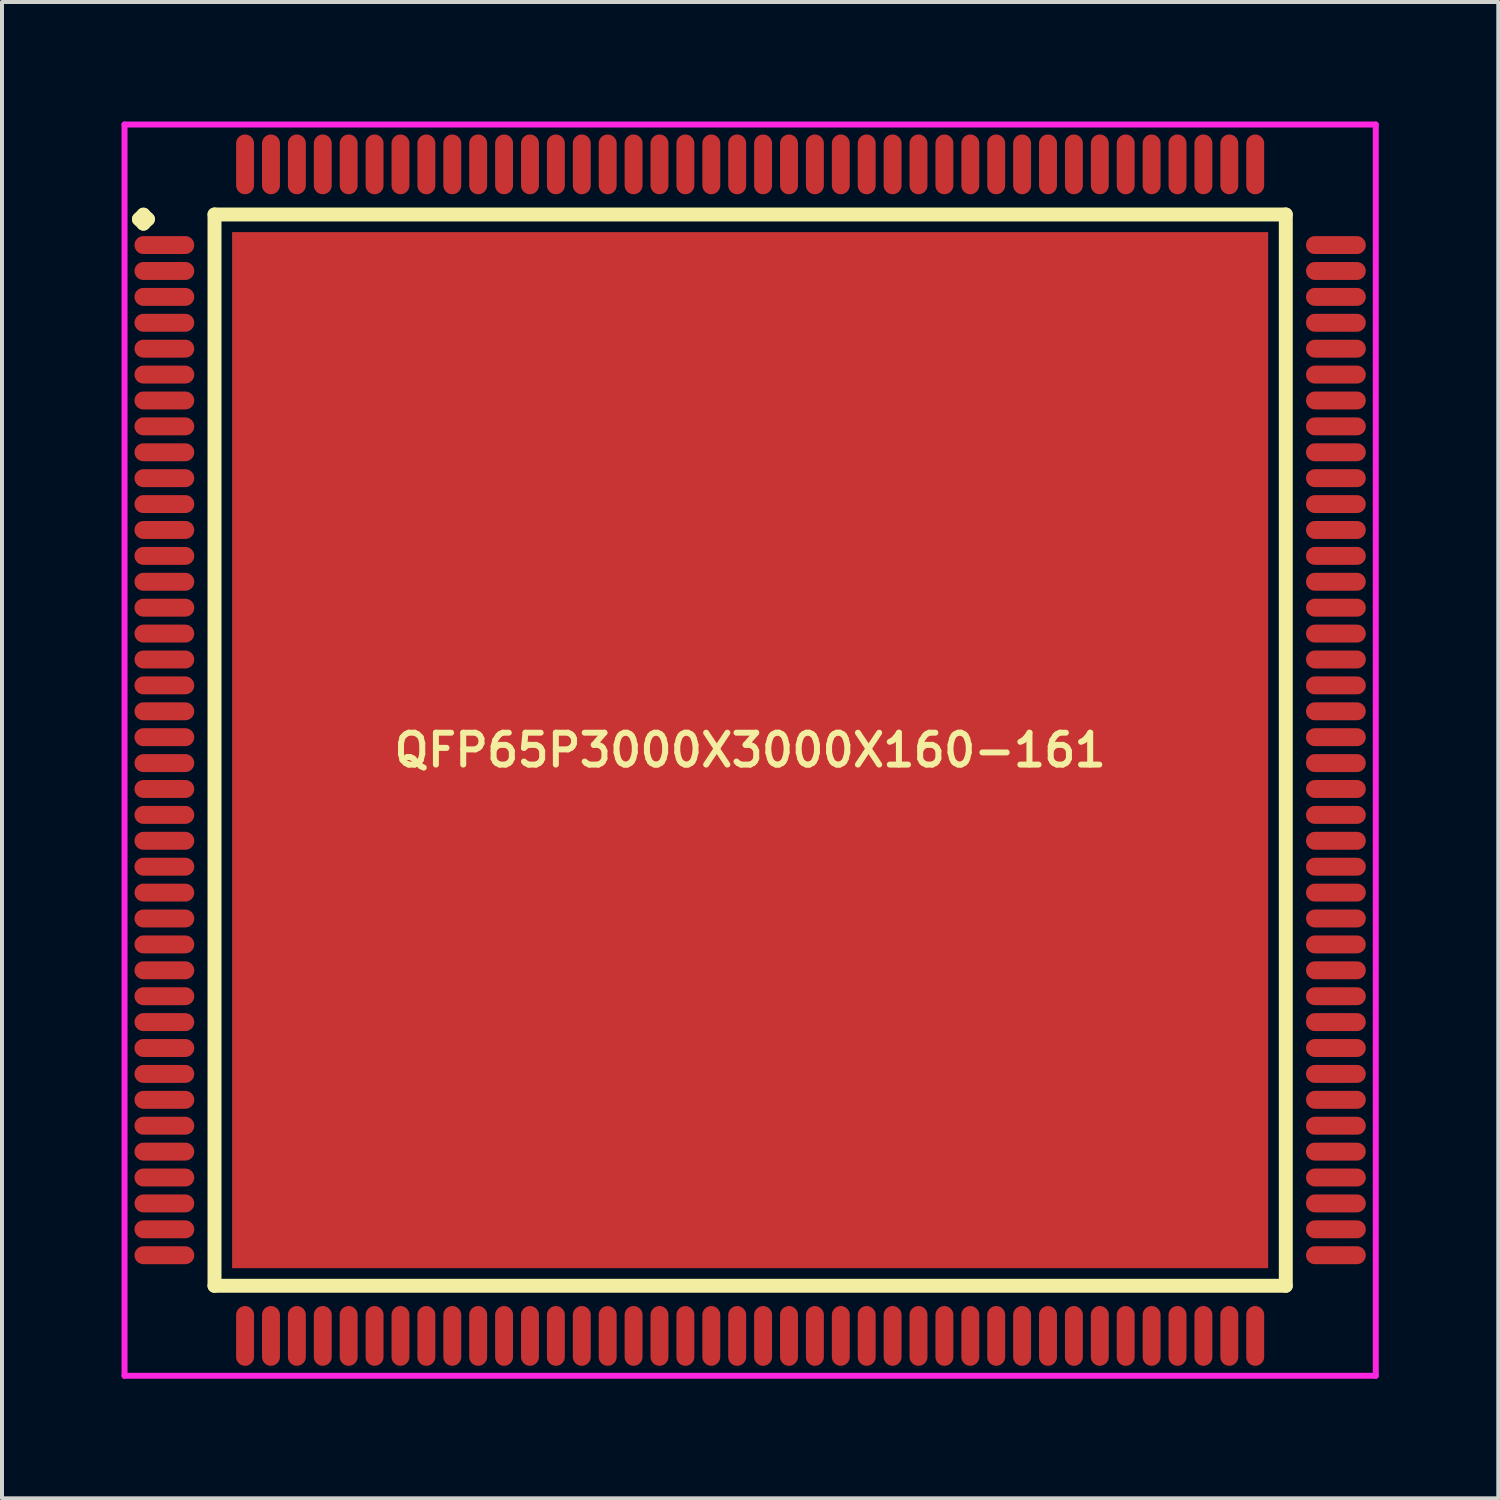
<source format=kicad_pcb>
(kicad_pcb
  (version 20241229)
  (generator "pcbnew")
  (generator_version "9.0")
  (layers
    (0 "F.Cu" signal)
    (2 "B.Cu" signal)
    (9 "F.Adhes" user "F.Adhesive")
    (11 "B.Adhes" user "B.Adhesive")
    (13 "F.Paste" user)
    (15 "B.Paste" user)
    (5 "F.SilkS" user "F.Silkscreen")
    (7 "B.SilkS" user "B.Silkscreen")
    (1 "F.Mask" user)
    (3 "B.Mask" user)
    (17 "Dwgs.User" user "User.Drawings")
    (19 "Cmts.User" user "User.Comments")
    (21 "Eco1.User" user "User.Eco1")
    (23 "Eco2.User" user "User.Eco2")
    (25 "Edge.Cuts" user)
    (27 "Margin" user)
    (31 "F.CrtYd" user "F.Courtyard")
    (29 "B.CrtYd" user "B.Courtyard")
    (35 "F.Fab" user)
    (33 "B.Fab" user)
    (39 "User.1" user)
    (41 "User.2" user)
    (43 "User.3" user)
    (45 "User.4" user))
  (footprint "QFP65P3000X3000X160-161"
    (layer "F.Cu")
    (at 15.775 15.775)
    (property "Reference" "QFP65P3000X3000X160-161" (at 0 0 0) (layer "F.SilkS") (effects (font (size 0.8 0.8) (thickness 0.15))))
    (attr smd)
    (fp_line (start -15.338 -13.325) (end -15.225 -13.438) (stroke (width 0.35) (type solid)) (layer "F.SilkS"))
    (fp_line (start -15.225 -13.438) (end -15.113 -13.325) (stroke (width 0.35) (type solid)) (layer "F.SilkS"))
    (fp_line (start -15.225 -13.213) (end -15.338 -13.325) (stroke (width 0.35) (type solid)) (layer "F.SilkS"))
    (fp_line (start -15.113 -13.325) (end -15.225 -13.213) (stroke (width 0.35) (type solid)) (layer "F.SilkS"))
    (fp_line (start -13.442 -13.442) (end -13.442 13.442) (stroke (width 0.35) (type solid)) (layer "F.SilkS"))
    (fp_line (start -13.442 13.442) (end 13.442 13.442) (stroke (width 0.35) (type solid)) (layer "F.SilkS"))
    (fp_line (start 13.442 -13.442) (end -13.442 -13.442) (stroke (width 0.35) (type solid)) (layer "F.SilkS"))
    (fp_line (start 13.442 13.442) (end 13.442 -13.442) (stroke (width 0.35) (type solid)) (layer "F.SilkS"))
    (fp_line (start -15.7 -15.7) (end 15.7 -15.7) (stroke (width 0.15) (type solid)) (layer "F.CrtYd"))
    (fp_line (start -15.7 15.7) (end -15.7 -15.7) (stroke (width 0.15) (type solid)) (layer "F.CrtYd"))
    (fp_line (start 15.7 -15.7) (end 15.7 15.7) (stroke (width 0.15) (type solid)) (layer "F.CrtYd"))
    (fp_line (start 15.7 15.7) (end -15.7 15.7) (stroke (width 0.15) (type solid)) (layer "F.CrtYd"))
    (pad "1" smd oval (at -14.7 -12.675) (size 1.5 0.45) (layers "F.Cu" "F.Mask" "F.Paste"))
    (pad "2" smd oval (at -14.7 -12.025) (size 1.5 0.45) (layers "F.Cu" "F.Mask" "F.Paste"))
    (pad "3" smd oval (at -14.7 -11.375) (size 1.5 0.45) (layers "F.Cu" "F.Mask" "F.Paste"))
    (pad "4" smd oval (at -14.7 -10.725) (size 1.5 0.45) (layers "F.Cu" "F.Mask" "F.Paste"))
    (pad "5" smd oval (at -14.7 -10.075) (size 1.5 0.45) (layers "F.Cu" "F.Mask" "F.Paste"))
    (pad "6" smd oval (at -14.7 -9.425) (size 1.5 0.45) (layers "F.Cu" "F.Mask" "F.Paste"))
    (pad "7" smd oval (at -14.7 -8.775) (size 1.5 0.45) (layers "F.Cu" "F.Mask" "F.Paste"))
    (pad "8" smd oval (at -14.7 -8.125) (size 1.5 0.45) (layers "F.Cu" "F.Mask" "F.Paste"))
    (pad "9" smd oval (at -14.7 -7.475) (size 1.5 0.45) (layers "F.Cu" "F.Mask" "F.Paste"))
    (pad "10" smd oval (at -14.7 -6.825) (size 1.5 0.45) (layers "F.Cu" "F.Mask" "F.Paste"))
    (pad "11" smd oval (at -14.7 -6.175) (size 1.5 0.45) (layers "F.Cu" "F.Mask" "F.Paste"))
    (pad "12" smd oval (at -14.7 -5.525) (size 1.5 0.45) (layers "F.Cu" "F.Mask" "F.Paste"))
    (pad "13" smd oval (at -14.7 -4.875) (size 1.5 0.45) (layers "F.Cu" "F.Mask" "F.Paste"))
    (pad "14" smd oval (at -14.7 -4.225) (size 1.5 0.45) (layers "F.Cu" "F.Mask" "F.Paste"))
    (pad "15" smd oval (at -14.7 -3.575) (size 1.5 0.45) (layers "F.Cu" "F.Mask" "F.Paste"))
    (pad "16" smd oval (at -14.7 -2.925) (size 1.5 0.45) (layers "F.Cu" "F.Mask" "F.Paste"))
    (pad "17" smd oval (at -14.7 -2.275) (size 1.5 0.45) (layers "F.Cu" "F.Mask" "F.Paste"))
    (pad "18" smd oval (at -14.7 -1.625) (size 1.5 0.45) (layers "F.Cu" "F.Mask" "F.Paste"))
    (pad "19" smd oval (at -14.7 -0.975) (size 1.5 0.45) (layers "F.Cu" "F.Mask" "F.Paste"))
    (pad "20" smd oval (at -14.7 -0.325) (size 1.5 0.45) (layers "F.Cu" "F.Mask" "F.Paste"))
    (pad "21" smd oval (at -14.7 0.325) (size 1.5 0.45) (layers "F.Cu" "F.Mask" "F.Paste"))
    (pad "22" smd oval (at -14.7 0.975) (size 1.5 0.45) (layers "F.Cu" "F.Mask" "F.Paste"))
    (pad "23" smd oval (at -14.7 1.625) (size 1.5 0.45) (layers "F.Cu" "F.Mask" "F.Paste"))
    (pad "24" smd oval (at -14.7 2.275) (size 1.5 0.45) (layers "F.Cu" "F.Mask" "F.Paste"))
    (pad "25" smd oval (at -14.7 2.925) (size 1.5 0.45) (layers "F.Cu" "F.Mask" "F.Paste"))
    (pad "26" smd oval (at -14.7 3.575) (size 1.5 0.45) (layers "F.Cu" "F.Mask" "F.Paste"))
    (pad "27" smd oval (at -14.7 4.225) (size 1.5 0.45) (layers "F.Cu" "F.Mask" "F.Paste"))
    (pad "28" smd oval (at -14.7 4.875) (size 1.5 0.45) (layers "F.Cu" "F.Mask" "F.Paste"))
    (pad "29" smd oval (at -14.7 5.525) (size 1.5 0.45) (layers "F.Cu" "F.Mask" "F.Paste"))
    (pad "30" smd oval (at -14.7 6.175) (size 1.5 0.45) (layers "F.Cu" "F.Mask" "F.Paste"))
    (pad "31" smd oval (at -14.7 6.825) (size 1.5 0.45) (layers "F.Cu" "F.Mask" "F.Paste"))
    (pad "32" smd oval (at -14.7 7.475) (size 1.5 0.45) (layers "F.Cu" "F.Mask" "F.Paste"))
    (pad "33" smd oval (at -14.7 8.125) (size 1.5 0.45) (layers "F.Cu" "F.Mask" "F.Paste"))
    (pad "34" smd oval (at -14.7 8.775) (size 1.5 0.45) (layers "F.Cu" "F.Mask" "F.Paste"))
    (pad "35" smd oval (at -14.7 9.425) (size 1.5 0.45) (layers "F.Cu" "F.Mask" "F.Paste"))
    (pad "36" smd oval (at -14.7 10.075) (size 1.5 0.45) (layers "F.Cu" "F.Mask" "F.Paste"))
    (pad "37" smd oval (at -14.7 10.725) (size 1.5 0.45) (layers "F.Cu" "F.Mask" "F.Paste"))
    (pad "38" smd oval (at -14.7 11.375) (size 1.5 0.45) (layers "F.Cu" "F.Mask" "F.Paste"))
    (pad "39" smd oval (at -14.7 12.025) (size 1.5 0.45) (layers "F.Cu" "F.Mask" "F.Paste"))
    (pad "40" smd oval (at -14.7 12.675) (size 1.5 0.45) (layers "F.Cu" "F.Mask" "F.Paste"))
    (pad "41" smd oval (at -12.675 14.7) (size 0.45 1.5) (layers "F.Cu" "F.Mask" "F.Paste"))
    (pad "42" smd oval (at -12.025 14.7) (size 0.45 1.5) (layers "F.Cu" "F.Mask" "F.Paste"))
    (pad "43" smd oval (at -11.375 14.7) (size 0.45 1.5) (layers "F.Cu" "F.Mask" "F.Paste"))
    (pad "44" smd oval (at -10.725 14.7) (size 0.45 1.5) (layers "F.Cu" "F.Mask" "F.Paste"))
    (pad "45" smd oval (at -10.075 14.7) (size 0.45 1.5) (layers "F.Cu" "F.Mask" "F.Paste"))
    (pad "46" smd oval (at -9.425 14.7) (size 0.45 1.5) (layers "F.Cu" "F.Mask" "F.Paste"))
    (pad "47" smd oval (at -8.775 14.7) (size 0.45 1.5) (layers "F.Cu" "F.Mask" "F.Paste"))
    (pad "48" smd oval (at -8.125 14.7) (size 0.45 1.5) (layers "F.Cu" "F.Mask" "F.Paste"))
    (pad "49" smd oval (at -7.475 14.7) (size 0.45 1.5) (layers "F.Cu" "F.Mask" "F.Paste"))
    (pad "50" smd oval (at -6.825 14.7) (size 0.45 1.5) (layers "F.Cu" "F.Mask" "F.Paste"))
    (pad "51" smd oval (at -6.175 14.7) (size 0.45 1.5) (layers "F.Cu" "F.Mask" "F.Paste"))
    (pad "52" smd oval (at -5.525 14.7) (size 0.45 1.5) (layers "F.Cu" "F.Mask" "F.Paste"))
    (pad "53" smd oval (at -4.875 14.7) (size 0.45 1.5) (layers "F.Cu" "F.Mask" "F.Paste"))
    (pad "54" smd oval (at -4.225 14.7) (size 0.45 1.5) (layers "F.Cu" "F.Mask" "F.Paste"))
    (pad "55" smd oval (at -3.575 14.7) (size 0.45 1.5) (layers "F.Cu" "F.Mask" "F.Paste"))
    (pad "56" smd oval (at -2.925 14.7) (size 0.45 1.5) (layers "F.Cu" "F.Mask" "F.Paste"))
    (pad "57" smd oval (at -2.275 14.7) (size 0.45 1.5) (layers "F.Cu" "F.Mask" "F.Paste"))
    (pad "58" smd oval (at -1.625 14.7) (size 0.45 1.5) (layers "F.Cu" "F.Mask" "F.Paste"))
    (pad "59" smd oval (at -0.975 14.7) (size 0.45 1.5) (layers "F.Cu" "F.Mask" "F.Paste"))
    (pad "60" smd oval (at -0.325 14.7) (size 0.45 1.5) (layers "F.Cu" "F.Mask" "F.Paste"))
    (pad "61" smd oval (at 0.325 14.7) (size 0.45 1.5) (layers "F.Cu" "F.Mask" "F.Paste"))
    (pad "62" smd oval (at 0.975 14.7) (size 0.45 1.5) (layers "F.Cu" "F.Mask" "F.Paste"))
    (pad "63" smd oval (at 1.625 14.7) (size 0.45 1.5) (layers "F.Cu" "F.Mask" "F.Paste"))
    (pad "64" smd oval (at 2.275 14.7) (size 0.45 1.5) (layers "F.Cu" "F.Mask" "F.Paste"))
    (pad "65" smd oval (at 2.925 14.7) (size 0.45 1.5) (layers "F.Cu" "F.Mask" "F.Paste"))
    (pad "66" smd oval (at 3.575 14.7) (size 0.45 1.5) (layers "F.Cu" "F.Mask" "F.Paste"))
    (pad "67" smd oval (at 4.225 14.7) (size 0.45 1.5) (layers "F.Cu" "F.Mask" "F.Paste"))
    (pad "68" smd oval (at 4.875 14.7) (size 0.45 1.5) (layers "F.Cu" "F.Mask" "F.Paste"))
    (pad "69" smd oval (at 5.525 14.7) (size 0.45 1.5) (layers "F.Cu" "F.Mask" "F.Paste"))
    (pad "70" smd oval (at 6.175 14.7) (size 0.45 1.5) (layers "F.Cu" "F.Mask" "F.Paste"))
    (pad "71" smd oval (at 6.825 14.7) (size 0.45 1.5) (layers "F.Cu" "F.Mask" "F.Paste"))
    (pad "72" smd oval (at 7.475 14.7) (size 0.45 1.5) (layers "F.Cu" "F.Mask" "F.Paste"))
    (pad "73" smd oval (at 8.125 14.7) (size 0.45 1.5) (layers "F.Cu" "F.Mask" "F.Paste"))
    (pad "74" smd oval (at 8.775 14.7) (size 0.45 1.5) (layers "F.Cu" "F.Mask" "F.Paste"))
    (pad "75" smd oval (at 9.425 14.7) (size 0.45 1.5) (layers "F.Cu" "F.Mask" "F.Paste"))
    (pad "76" smd oval (at 10.075 14.7) (size 0.45 1.5) (layers "F.Cu" "F.Mask" "F.Paste"))
    (pad "77" smd oval (at 10.725 14.7) (size 0.45 1.5) (layers "F.Cu" "F.Mask" "F.Paste"))
    (pad "78" smd oval (at 11.375 14.7) (size 0.45 1.5) (layers "F.Cu" "F.Mask" "F.Paste"))
    (pad "79" smd oval (at 12.025 14.7) (size 0.45 1.5) (layers "F.Cu" "F.Mask" "F.Paste"))
    (pad "80" smd oval (at 12.675 14.7) (size 0.45 1.5) (layers "F.Cu" "F.Mask" "F.Paste"))
    (pad "81" smd oval (at 14.7 12.675) (size 1.5 0.45) (layers "F.Cu" "F.Mask" "F.Paste"))
    (pad "82" smd oval (at 14.7 12.025) (size 1.5 0.45) (layers "F.Cu" "F.Mask" "F.Paste"))
    (pad "83" smd oval (at 14.7 11.375) (size 1.5 0.45) (layers "F.Cu" "F.Mask" "F.Paste"))
    (pad "84" smd oval (at 14.7 10.725) (size 1.5 0.45) (layers "F.Cu" "F.Mask" "F.Paste"))
    (pad "85" smd oval (at 14.7 10.075) (size 1.5 0.45) (layers "F.Cu" "F.Mask" "F.Paste"))
    (pad "86" smd oval (at 14.7 9.425) (size 1.5 0.45) (layers "F.Cu" "F.Mask" "F.Paste"))
    (pad "87" smd oval (at 14.7 8.775) (size 1.5 0.45) (layers "F.Cu" "F.Mask" "F.Paste"))
    (pad "88" smd oval (at 14.7 8.125) (size 1.5 0.45) (layers "F.Cu" "F.Mask" "F.Paste"))
    (pad "89" smd oval (at 14.7 7.475) (size 1.5 0.45) (layers "F.Cu" "F.Mask" "F.Paste"))
    (pad "90" smd oval (at 14.7 6.825) (size 1.5 0.45) (layers "F.Cu" "F.Mask" "F.Paste"))
    (pad "91" smd oval (at 14.7 6.175) (size 1.5 0.45) (layers "F.Cu" "F.Mask" "F.Paste"))
    (pad "92" smd oval (at 14.7 5.525) (size 1.5 0.45) (layers "F.Cu" "F.Mask" "F.Paste"))
    (pad "93" smd oval (at 14.7 4.875) (size 1.5 0.45) (layers "F.Cu" "F.Mask" "F.Paste"))
    (pad "94" smd oval (at 14.7 4.225) (size 1.5 0.45) (layers "F.Cu" "F.Mask" "F.Paste"))
    (pad "95" smd oval (at 14.7 3.575) (size 1.5 0.45) (layers "F.Cu" "F.Mask" "F.Paste"))
    (pad "96" smd oval (at 14.7 2.925) (size 1.5 0.45) (layers "F.Cu" "F.Mask" "F.Paste"))
    (pad "97" smd oval (at 14.7 2.275) (size 1.5 0.45) (layers "F.Cu" "F.Mask" "F.Paste"))
    (pad "98" smd oval (at 14.7 1.625) (size 1.5 0.45) (layers "F.Cu" "F.Mask" "F.Paste"))
    (pad "99" smd oval (at 14.7 0.975) (size 1.5 0.45) (layers "F.Cu" "F.Mask" "F.Paste"))
    (pad "100" smd oval (at 14.7 0.325) (size 1.5 0.45) (layers "F.Cu" "F.Mask" "F.Paste"))
    (pad "101" smd oval (at 14.7 -0.325) (size 1.5 0.45) (layers "F.Cu" "F.Mask" "F.Paste"))
    (pad "102" smd oval (at 14.7 -0.975) (size 1.5 0.45) (layers "F.Cu" "F.Mask" "F.Paste"))
    (pad "103" smd oval (at 14.7 -1.625) (size 1.5 0.45) (layers "F.Cu" "F.Mask" "F.Paste"))
    (pad "104" smd oval (at 14.7 -2.275) (size 1.5 0.45) (layers "F.Cu" "F.Mask" "F.Paste"))
    (pad "105" smd oval (at 14.7 -2.925) (size 1.5 0.45) (layers "F.Cu" "F.Mask" "F.Paste"))
    (pad "106" smd oval (at 14.7 -3.575) (size 1.5 0.45) (layers "F.Cu" "F.Mask" "F.Paste"))
    (pad "107" smd oval (at 14.7 -4.225) (size 1.5 0.45) (layers "F.Cu" "F.Mask" "F.Paste"))
    (pad "108" smd oval (at 14.7 -4.875) (size 1.5 0.45) (layers "F.Cu" "F.Mask" "F.Paste"))
    (pad "109" smd oval (at 14.7 -5.525) (size 1.5 0.45) (layers "F.Cu" "F.Mask" "F.Paste"))
    (pad "110" smd oval (at 14.7 -6.175) (size 1.5 0.45) (layers "F.Cu" "F.Mask" "F.Paste"))
    (pad "111" smd oval (at 14.7 -6.825) (size 1.5 0.45) (layers "F.Cu" "F.Mask" "F.Paste"))
    (pad "112" smd oval (at 14.7 -7.475) (size 1.5 0.45) (layers "F.Cu" "F.Mask" "F.Paste"))
    (pad "113" smd oval (at 14.7 -8.125) (size 1.5 0.45) (layers "F.Cu" "F.Mask" "F.Paste"))
    (pad "114" smd oval (at 14.7 -8.775) (size 1.5 0.45) (layers "F.Cu" "F.Mask" "F.Paste"))
    (pad "115" smd oval (at 14.7 -9.425) (size 1.5 0.45) (layers "F.Cu" "F.Mask" "F.Paste"))
    (pad "116" smd oval (at 14.7 -10.075) (size 1.5 0.45) (layers "F.Cu" "F.Mask" "F.Paste"))
    (pad "117" smd oval (at 14.7 -10.725) (size 1.5 0.45) (layers "F.Cu" "F.Mask" "F.Paste"))
    (pad "118" smd oval (at 14.7 -11.375) (size 1.5 0.45) (layers "F.Cu" "F.Mask" "F.Paste"))
    (pad "119" smd oval (at 14.7 -12.025) (size 1.5 0.45) (layers "F.Cu" "F.Mask" "F.Paste"))
    (pad "120" smd oval (at 14.7 -12.675) (size 1.5 0.45) (layers "F.Cu" "F.Mask" "F.Paste"))
    (pad "121" smd oval (at 12.675 -14.7) (size 0.45 1.5) (layers "F.Cu" "F.Mask" "F.Paste"))
    (pad "122" smd oval (at 12.025 -14.7) (size 0.45 1.5) (layers "F.Cu" "F.Mask" "F.Paste"))
    (pad "123" smd oval (at 11.375 -14.7) (size 0.45 1.5) (layers "F.Cu" "F.Mask" "F.Paste"))
    (pad "124" smd oval (at 10.725 -14.7) (size 0.45 1.5) (layers "F.Cu" "F.Mask" "F.Paste"))
    (pad "125" smd oval (at 10.075 -14.7) (size 0.45 1.5) (layers "F.Cu" "F.Mask" "F.Paste"))
    (pad "126" smd oval (at 9.425 -14.7) (size 0.45 1.5) (layers "F.Cu" "F.Mask" "F.Paste"))
    (pad "127" smd oval (at 8.775 -14.7) (size 0.45 1.5) (layers "F.Cu" "F.Mask" "F.Paste"))
    (pad "128" smd oval (at 8.125 -14.7) (size 0.45 1.5) (layers "F.Cu" "F.Mask" "F.Paste"))
    (pad "129" smd oval (at 7.475 -14.7) (size 0.45 1.5) (layers "F.Cu" "F.Mask" "F.Paste"))
    (pad "130" smd oval (at 6.825 -14.7) (size 0.45 1.5) (layers "F.Cu" "F.Mask" "F.Paste"))
    (pad "131" smd oval (at 6.175 -14.7) (size 0.45 1.5) (layers "F.Cu" "F.Mask" "F.Paste"))
    (pad "132" smd oval (at 5.525 -14.7) (size 0.45 1.5) (layers "F.Cu" "F.Mask" "F.Paste"))
    (pad "133" smd oval (at 4.875 -14.7) (size 0.45 1.5) (layers "F.Cu" "F.Mask" "F.Paste"))
    (pad "134" smd oval (at 4.225 -14.7) (size 0.45 1.5) (layers "F.Cu" "F.Mask" "F.Paste"))
    (pad "135" smd oval (at 3.575 -14.7) (size 0.45 1.5) (layers "F.Cu" "F.Mask" "F.Paste"))
    (pad "136" smd oval (at 2.925 -14.7) (size 0.45 1.5) (layers "F.Cu" "F.Mask" "F.Paste"))
    (pad "137" smd oval (at 2.275 -14.7) (size 0.45 1.5) (layers "F.Cu" "F.Mask" "F.Paste"))
    (pad "138" smd oval (at 1.625 -14.7) (size 0.45 1.5) (layers "F.Cu" "F.Mask" "F.Paste"))
    (pad "139" smd oval (at 0.975 -14.7) (size 0.45 1.5) (layers "F.Cu" "F.Mask" "F.Paste"))
    (pad "140" smd oval (at 0.325 -14.7) (size 0.45 1.5) (layers "F.Cu" "F.Mask" "F.Paste"))
    (pad "141" smd oval (at -0.325 -14.7) (size 0.45 1.5) (layers "F.Cu" "F.Mask" "F.Paste"))
    (pad "142" smd oval (at -0.975 -14.7) (size 0.45 1.5) (layers "F.Cu" "F.Mask" "F.Paste"))
    (pad "143" smd oval (at -1.625 -14.7) (size 0.45 1.5) (layers "F.Cu" "F.Mask" "F.Paste"))
    (pad "144" smd oval (at -2.275 -14.7) (size 0.45 1.5) (layers "F.Cu" "F.Mask" "F.Paste"))
    (pad "145" smd oval (at -2.925 -14.7) (size 0.45 1.5) (layers "F.Cu" "F.Mask" "F.Paste"))
    (pad "146" smd oval (at -3.575 -14.7) (size 0.45 1.5) (layers "F.Cu" "F.Mask" "F.Paste"))
    (pad "147" smd oval (at -4.225 -14.7) (size 0.45 1.5) (layers "F.Cu" "F.Mask" "F.Paste"))
    (pad "148" smd oval (at -4.875 -14.7) (size 0.45 1.5) (layers "F.Cu" "F.Mask" "F.Paste"))
    (pad "149" smd oval (at -5.525 -14.7) (size 0.45 1.5) (layers "F.Cu" "F.Mask" "F.Paste"))
    (pad "150" smd oval (at -6.175 -14.7) (size 0.45 1.5) (layers "F.Cu" "F.Mask" "F.Paste"))
    (pad "151" smd oval (at -6.825 -14.7) (size 0.45 1.5) (layers "F.Cu" "F.Mask" "F.Paste"))
    (pad "152" smd oval (at -7.475 -14.7) (size 0.45 1.5) (layers "F.Cu" "F.Mask" "F.Paste"))
    (pad "153" smd oval (at -8.125 -14.7) (size 0.45 1.5) (layers "F.Cu" "F.Mask" "F.Paste"))
    (pad "154" smd oval (at -8.775 -14.7) (size 0.45 1.5) (layers "F.Cu" "F.Mask" "F.Paste"))
    (pad "155" smd oval (at -9.425 -14.7) (size 0.45 1.5) (layers "F.Cu" "F.Mask" "F.Paste"))
    (pad "156" smd oval (at -10.075 -14.7) (size 0.45 1.5) (layers "F.Cu" "F.Mask" "F.Paste"))
    (pad "157" smd oval (at -10.725 -14.7) (size 0.45 1.5) (layers "F.Cu" "F.Mask" "F.Paste"))
    (pad "158" smd oval (at -11.375 -14.7) (size 0.45 1.5) (layers "F.Cu" "F.Mask" "F.Paste"))
    (pad "159" smd oval (at -12.025 -14.7) (size 0.45 1.5) (layers "F.Cu" "F.Mask" "F.Paste"))
    (pad "160" smd oval (at -12.675 -14.7) (size 0.45 1.5) (layers "F.Cu" "F.Mask" "F.Paste"))
    (pad "161" smd rect (at 0 0) (size 26 26) (layers "F.Cu" "F.Mask" "F.Paste")))
  (gr_rect
    (start -3 -3)
    (end 34.55 34.55)
    (stroke (width 0.1) (type default))
    (fill no)
    (layer "Edge.Cuts")))
</source>
